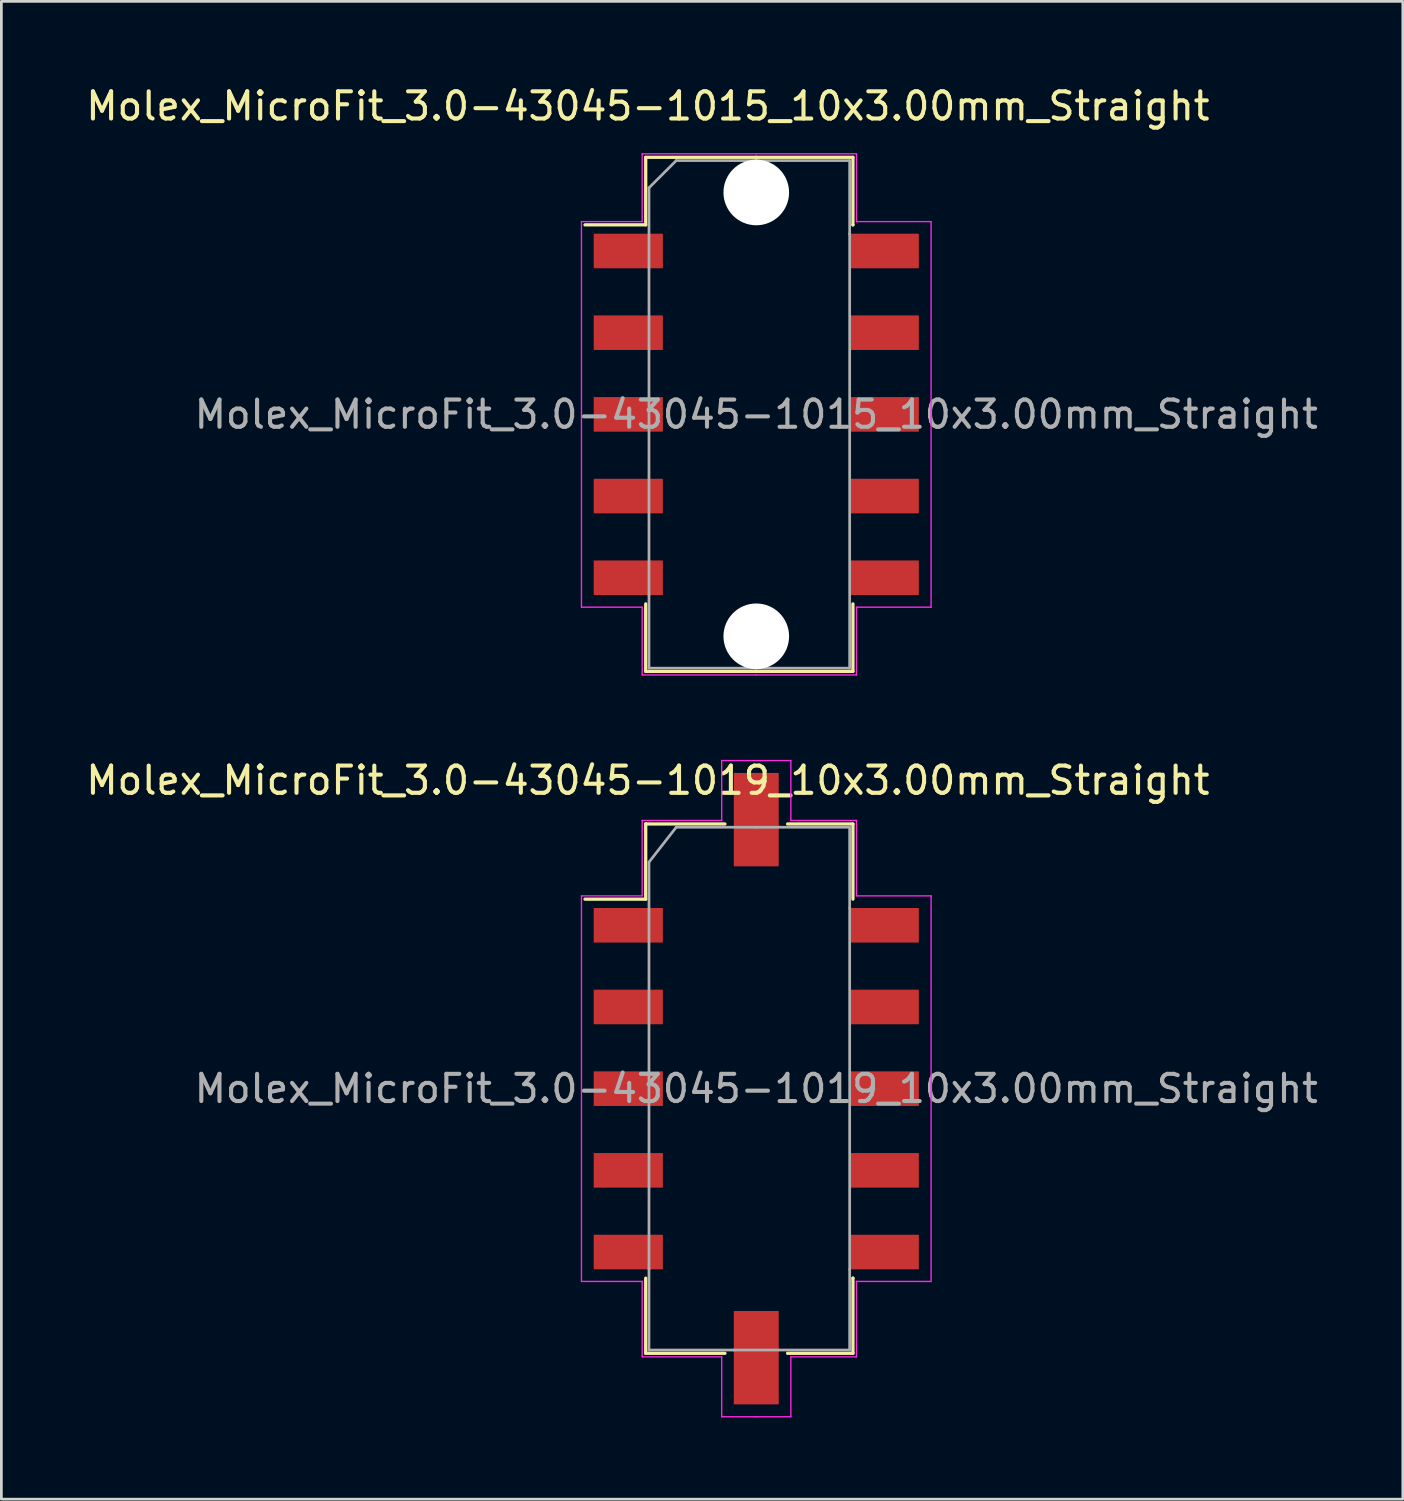
<source format=kicad_pcb>
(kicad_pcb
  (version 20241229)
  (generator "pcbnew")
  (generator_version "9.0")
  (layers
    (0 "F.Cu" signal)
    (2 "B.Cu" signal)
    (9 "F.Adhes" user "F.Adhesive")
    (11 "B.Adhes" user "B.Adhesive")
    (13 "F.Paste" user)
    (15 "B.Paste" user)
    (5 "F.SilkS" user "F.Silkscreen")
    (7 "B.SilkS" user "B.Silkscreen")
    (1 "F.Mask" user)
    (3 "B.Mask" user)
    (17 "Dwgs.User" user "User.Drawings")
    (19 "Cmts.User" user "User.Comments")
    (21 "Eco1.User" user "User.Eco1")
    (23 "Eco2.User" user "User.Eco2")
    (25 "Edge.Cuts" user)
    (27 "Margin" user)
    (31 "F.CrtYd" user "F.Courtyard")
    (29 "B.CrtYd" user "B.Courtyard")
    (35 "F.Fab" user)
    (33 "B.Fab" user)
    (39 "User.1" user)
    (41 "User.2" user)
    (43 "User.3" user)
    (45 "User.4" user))
  (footprint "Molex_MicroFit_3.0-43045-1019_10x3.00mm_Straight"
    (layer "F.Cu")
    (at 24.724 36.931)
    (property "Reference" "Molex_MicroFit_3.0-43045-1019_10x3.00mm_Straight" (at -3.98 -11.32 0) (layer "F.SilkS") (effects (font (size 1 1) (thickness 0.15))))
    (attr smd)
    (fp_line (start -6.29 -6.96) (end -4.06 -6.96) (stroke (width 0.12) (type solid)) (layer "F.SilkS"))
    (fp_line (start -4.06 -9.72) (end -4.06 -9.72) (stroke (width 0.12) (type solid)) (layer "F.SilkS"))
    (fp_line (start -4.06 -9.72) (end -1.15 -9.72) (stroke (width 0.12) (type solid)) (layer "F.SilkS"))
    (fp_line (start -4.06 -6.96) (end -4.06 -9.72) (stroke (width 0.12) (type solid)) (layer "F.SilkS"))
    (fp_line (start -4.06 9.72) (end -4.06 6.96) (stroke (width 0.12) (type solid)) (layer "F.SilkS"))
    (fp_line (start -1.15 9.72) (end -4.06 9.72) (stroke (width 0.12) (type solid)) (layer "F.SilkS"))
    (fp_line (start 1.15 -9.72) (end 3.55 -9.72) (stroke (width 0.12) (type solid)) (layer "F.SilkS"))
    (fp_line (start 3.55 -9.72) (end 3.55 -6.96) (stroke (width 0.12) (type solid)) (layer "F.SilkS"))
    (fp_line (start 3.55 6.96) (end 3.55 6.96) (stroke (width 0.12) (type solid)) (layer "F.SilkS"))
    (fp_line (start 3.55 6.96) (end 3.55 9.72) (stroke (width 0.12) (type solid)) (layer "F.SilkS"))
    (fp_line (start 3.55 9.72) (end 1.15 9.72) (stroke (width 0.12) (type solid)) (layer "F.SilkS"))
    (fp_line (start -6.42 -7.08) (end -4.19 -7.08) (stroke (width 0.05) (type solid)) (layer "F.CrtYd"))
    (fp_line (start -6.42 7.08) (end -6.42 -7.08) (stroke (width 0.05) (type solid)) (layer "F.CrtYd"))
    (fp_line (start -4.19 -9.85) (end -4.19 -9.85) (stroke (width 0.05) (type solid)) (layer "F.CrtYd"))
    (fp_line (start -4.19 -9.85) (end -1.27 -9.85) (stroke (width 0.05) (type solid)) (layer "F.CrtYd"))
    (fp_line (start -4.19 -7.08) (end -4.19 -9.85) (stroke (width 0.05) (type solid)) (layer "F.CrtYd"))
    (fp_line (start -4.19 7.08) (end -6.42 7.08) (stroke (width 0.05) (type solid)) (layer "F.CrtYd"))
    (fp_line (start -4.19 9.85) (end -4.19 7.08) (stroke (width 0.05) (type solid)) (layer "F.CrtYd"))
    (fp_line (start -1.27 -12.05) (end 0 -12.05) (stroke (width 0.05) (type solid)) (layer "F.CrtYd"))
    (fp_line (start -1.27 -9.85) (end -1.27 -12.05) (stroke (width 0.05) (type solid)) (layer "F.CrtYd"))
    (fp_line (start -1.27 9.85) (end -4.19 9.85) (stroke (width 0.05) (type solid)) (layer "F.CrtYd"))
    (fp_line (start -1.27 12.05) (end -1.27 9.85) (stroke (width 0.05) (type solid)) (layer "F.CrtYd"))
    (fp_line (start 0 -12.05) (end 1.27 -12.05) (stroke (width 0.05) (type solid)) (layer "F.CrtYd"))
    (fp_line (start 0 12.05) (end -1.27 12.05) (stroke (width 0.05) (type solid)) (layer "F.CrtYd"))
    (fp_line (start 1.27 -12.05) (end 1.27 -9.85) (stroke (width 0.05) (type solid)) (layer "F.CrtYd"))
    (fp_line (start 1.27 -9.85) (end 3.68 -9.85) (stroke (width 0.05) (type solid)) (layer "F.CrtYd"))
    (fp_line (start 1.27 9.85) (end 1.27 12.05) (stroke (width 0.05) (type solid)) (layer "F.CrtYd"))
    (fp_line (start 1.27 12.05) (end 0 12.05) (stroke (width 0.05) (type solid)) (layer "F.CrtYd"))
    (fp_line (start 3.68 -9.85) (end 3.68 -7.08) (stroke (width 0.05) (type solid)) (layer "F.CrtYd"))
    (fp_line (start 3.68 -7.08) (end 6.42 -7.08) (stroke (width 0.05) (type solid)) (layer "F.CrtYd"))
    (fp_line (start 3.68 7.08) (end 3.68 7.08) (stroke (width 0.05) (type solid)) (layer "F.CrtYd"))
    (fp_line (start 3.68 7.08) (end 3.68 9.85) (stroke (width 0.05) (type solid)) (layer "F.CrtYd"))
    (fp_line (start 3.68 9.85) (end 1.27 9.85) (stroke (width 0.05) (type solid)) (layer "F.CrtYd"))
    (fp_line (start 6.42 -7.08) (end 6.42 7.08) (stroke (width 0.05) (type solid)) (layer "F.CrtYd"))
    (fp_line (start 6.42 7.08) (end 3.68 7.08) (stroke (width 0.05) (type solid)) (layer "F.CrtYd"))
    (fp_line (start -3.94 -8.32) (end -2.94 -9.6) (stroke (width 0.1) (type solid)) (layer "F.Fab"))
    (fp_line (start -3.94 6.63) (end -3.94 -8.32) (stroke (width 0.1) (type solid)) (layer "F.Fab"))
    (fp_line (start -3.94 9.6) (end -3.94 6.63) (stroke (width 0.1) (type solid)) (layer "F.Fab"))
    (fp_line (start -2.94 -9.6) (end 0 -9.6) (stroke (width 0.1) (type solid)) (layer "F.Fab"))
    (fp_line (start -0.82 9.6) (end -3.94 9.6) (stroke (width 0.1) (type solid)) (layer "F.Fab"))
    (fp_line (start 0 -9.6) (end 3.43 -9.6) (stroke (width 0.1) (type solid)) (layer "F.Fab"))
    (fp_line (start 3.43 -9.6) (end 3.43 -6.63) (stroke (width 0.1) (type solid)) (layer "F.Fab"))
    (fp_line (start 3.43 -6.63) (end 3.43 6.63) (stroke (width 0.1) (type solid)) (layer "F.Fab"))
    (fp_line (start 3.43 6.63) (end 3.43 9.6) (stroke (width 0.1) (type solid)) (layer "F.Fab"))
    (fp_line (start 3.43 9.6) (end -0.82 9.6) (stroke (width 0.1) (type solid)) (layer "F.Fab"))
    (fp_text user "${REFERENCE}" (at 0 0 0) (layer "F.Fab") (effects (font (size 1 1) (thickness 0.15))))
    (pad "" smd rect (at 0 -9.88) (size 1.65 3.43) (layers "F.Cu" "F.Mask" "F.Paste"))
    (pad "" smd rect (at 0 9.88) (size 1.65 3.43) (layers "F.Cu" "F.Mask" "F.Paste"))
    (pad "1" smd rect (at -4.7 -6) (size 2.54 1.27) (layers "F.Cu" "F.Mask" "F.Paste"))
    (pad "2" smd rect (at -4.7 -3) (size 2.54 1.27) (layers "F.Cu" "F.Mask" "F.Paste"))
    (pad "3" smd rect (at -4.7 0) (size 2.54 1.27) (layers "F.Cu" "F.Mask" "F.Paste"))
    (pad "4" smd rect (at -4.7 3) (size 2.54 1.27) (layers "F.Cu" "F.Mask" "F.Paste"))
    (pad "5" smd rect (at -4.7 6) (size 2.54 1.27) (layers "F.Cu" "F.Mask" "F.Paste"))
    (pad "6" smd rect (at 4.7 6) (size 2.54 1.27) (layers "F.Cu" "F.Mask" "F.Paste"))
    (pad "7" smd rect (at 4.7 3) (size 2.54 1.27) (layers "F.Cu" "F.Mask" "F.Paste"))
    (pad "8" smd rect (at 4.7 0) (size 2.54 1.27) (layers "F.Cu" "F.Mask" "F.Paste"))
    (pad "9" smd rect (at 4.7 -3) (size 2.54 1.27) (layers "F.Cu" "F.Mask" "F.Paste"))
    (pad "10" smd rect (at 4.7 -6) (size 2.54 1.27) (layers "F.Cu" "F.Mask" "F.Paste")))
  (footprint "Molex_MicroFit_3.0-43045-1015_10x3.00mm_Straight"
    (layer "F.Cu")
    (at 24.724 12.168)
    (property "Reference" "Molex_MicroFit_3.0-43045-1015_10x3.00mm_Straight" (at -3.98 -11.32 0) (layer "F.SilkS") (effects (font (size 1 1) (thickness 0.15))))
    (attr smd)
    (fp_line (start -6.29 -6.96) (end -4.06 -6.96) (stroke (width 0.12) (type solid)) (layer "F.SilkS"))
    (fp_line (start -4.06 -9.44) (end 0 -9.44) (stroke (width 0.12) (type solid)) (layer "F.SilkS"))
    (fp_line (start -4.06 -6.96) (end -4.06 -9.44) (stroke (width 0.12) (type solid)) (layer "F.SilkS"))
    (fp_line (start -4.06 9.44) (end -4.06 6.96) (stroke (width 0.12) (type solid)) (layer "F.SilkS"))
    (fp_line (start 0 -9.44) (end 3.55 -9.44) (stroke (width 0.12) (type solid)) (layer "F.SilkS"))
    (fp_line (start 0 9.44) (end -4.06 9.44) (stroke (width 0.12) (type solid)) (layer "F.SilkS"))
    (fp_line (start 3.55 -9.44) (end 3.55 -6.96) (stroke (width 0.12) (type solid)) (layer "F.SilkS"))
    (fp_line (start 3.55 -6.96) (end 3.55 -6.96) (stroke (width 0.12) (type solid)) (layer "F.SilkS"))
    (fp_line (start 3.55 6.96) (end 3.55 9.44) (stroke (width 0.12) (type solid)) (layer "F.SilkS"))
    (fp_line (start 3.55 9.44) (end 0 9.44) (stroke (width 0.12) (type solid)) (layer "F.SilkS"))
    (fp_line (start -6.42 -7.08) (end -4.19 -7.08) (stroke (width 0.05) (type solid)) (layer "F.CrtYd"))
    (fp_line (start -6.42 7.08) (end -6.42 -7.08) (stroke (width 0.05) (type solid)) (layer "F.CrtYd"))
    (fp_line (start -4.19 -9.57) (end 0 -9.57) (stroke (width 0.05) (type solid)) (layer "F.CrtYd"))
    (fp_line (start -4.19 -7.08) (end -4.19 -9.57) (stroke (width 0.05) (type solid)) (layer "F.CrtYd"))
    (fp_line (start -4.19 7.08) (end -6.42 7.08) (stroke (width 0.05) (type solid)) (layer "F.CrtYd"))
    (fp_line (start -4.19 9.57) (end -4.19 7.08) (stroke (width 0.05) (type solid)) (layer "F.CrtYd"))
    (fp_line (start 0 -9.57) (end 3.68 -9.57) (stroke (width 0.05) (type solid)) (layer "F.CrtYd"))
    (fp_line (start 0 9.57) (end -4.19 9.57) (stroke (width 0.05) (type solid)) (layer "F.CrtYd"))
    (fp_line (start 3.68 -9.57) (end 3.68 -7.08) (stroke (width 0.05) (type solid)) (layer "F.CrtYd"))
    (fp_line (start 3.68 -7.08) (end 3.68 -7.08) (stroke (width 0.05) (type solid)) (layer "F.CrtYd"))
    (fp_line (start 3.68 -7.08) (end 6.42 -7.08) (stroke (width 0.05) (type solid)) (layer "F.CrtYd"))
    (fp_line (start 3.68 7.08) (end 3.68 9.57) (stroke (width 0.05) (type solid)) (layer "F.CrtYd"))
    (fp_line (start 3.68 9.57) (end 0 9.57) (stroke (width 0.05) (type solid)) (layer "F.CrtYd"))
    (fp_line (start 6.42 -7.08) (end 6.42 7.08) (stroke (width 0.05) (type solid)) (layer "F.CrtYd"))
    (fp_line (start 6.42 7.08) (end 3.68 7.08) (stroke (width 0.05) (type solid)) (layer "F.CrtYd"))
    (fp_line (start -3.94 -8.32) (end -2.94 -9.32) (stroke (width 0.1) (type solid)) (layer "F.Fab"))
    (fp_line (start -3.94 6.63) (end -3.94 -8.32) (stroke (width 0.1) (type solid)) (layer "F.Fab"))
    (fp_line (start -3.94 9.32) (end -3.94 6.63) (stroke (width 0.1) (type solid)) (layer "F.Fab"))
    (fp_line (start -2.94 -9.32) (end 0 -9.32) (stroke (width 0.1) (type solid)) (layer "F.Fab"))
    (fp_line (start 0 -9.32) (end 3.43 -9.32) (stroke (width 0.1) (type solid)) (layer "F.Fab"))
    (fp_line (start 0 9.32) (end -3.94 9.32) (stroke (width 0.1) (type solid)) (layer "F.Fab"))
    (fp_line (start 3.43 -9.32) (end 3.43 -6.63) (stroke (width 0.1) (type solid)) (layer "F.Fab"))
    (fp_line (start 3.43 -6.63) (end 3.43 -6.63) (stroke (width 0.1) (type solid)) (layer "F.Fab"))
    (fp_line (start 3.43 -6.63) (end 3.43 9.32) (stroke (width 0.1) (type solid)) (layer "F.Fab"))
    (fp_line (start 3.43 9.32) (end 0 9.32) (stroke (width 0.1) (type solid)) (layer "F.Fab"))
    (fp_text user "${REFERENCE}" (at 0 0 0) (layer "F.Fab") (effects (font (size 1 1) (thickness 0.15))))
    (pad "" np_thru_hole circle (at 0 -8.15) (size 2.41 2.41) (drill 2.41) (layers "*.Cu"))
    (pad "" np_thru_hole circle (at 0 8.15) (size 2.41 2.41) (drill 2.41) (layers "*.Cu"))
    (pad "1" smd rect (at -4.7 -6) (size 2.54 1.27) (layers "F.Cu" "F.Mask" "F.Paste"))
    (pad "2" smd rect (at -4.7 -3) (size 2.54 1.27) (layers "F.Cu" "F.Mask" "F.Paste"))
    (pad "3" smd rect (at -4.7 0) (size 2.54 1.27) (layers "F.Cu" "F.Mask" "F.Paste"))
    (pad "4" smd rect (at -4.7 3) (size 2.54 1.27) (layers "F.Cu" "F.Mask" "F.Paste"))
    (pad "5" smd rect (at -4.7 6) (size 2.54 1.27) (layers "F.Cu" "F.Mask" "F.Paste"))
    (pad "6" smd rect (at 4.7 6) (size 2.54 1.27) (layers "F.Cu" "F.Mask" "F.Paste"))
    (pad "7" smd rect (at 4.7 3) (size 2.54 1.27) (layers "F.Cu" "F.Mask" "F.Paste"))
    (pad "8" smd rect (at 4.7 0) (size 2.54 1.27) (layers "F.Cu" "F.Mask" "F.Paste"))
    (pad "9" smd rect (at 4.7 -3) (size 2.54 1.27) (layers "F.Cu" "F.Mask" "F.Paste"))
    (pad "10" smd rect (at 4.7 -6) (size 2.54 1.27) (layers "F.Cu" "F.Mask" "F.Paste")))
  (gr_rect
    (start -3 -3)
    (end 48.468 52.007)
    (stroke (width 0.1) (type default))
    (fill no)
    (layer "Edge.Cuts")))
</source>
